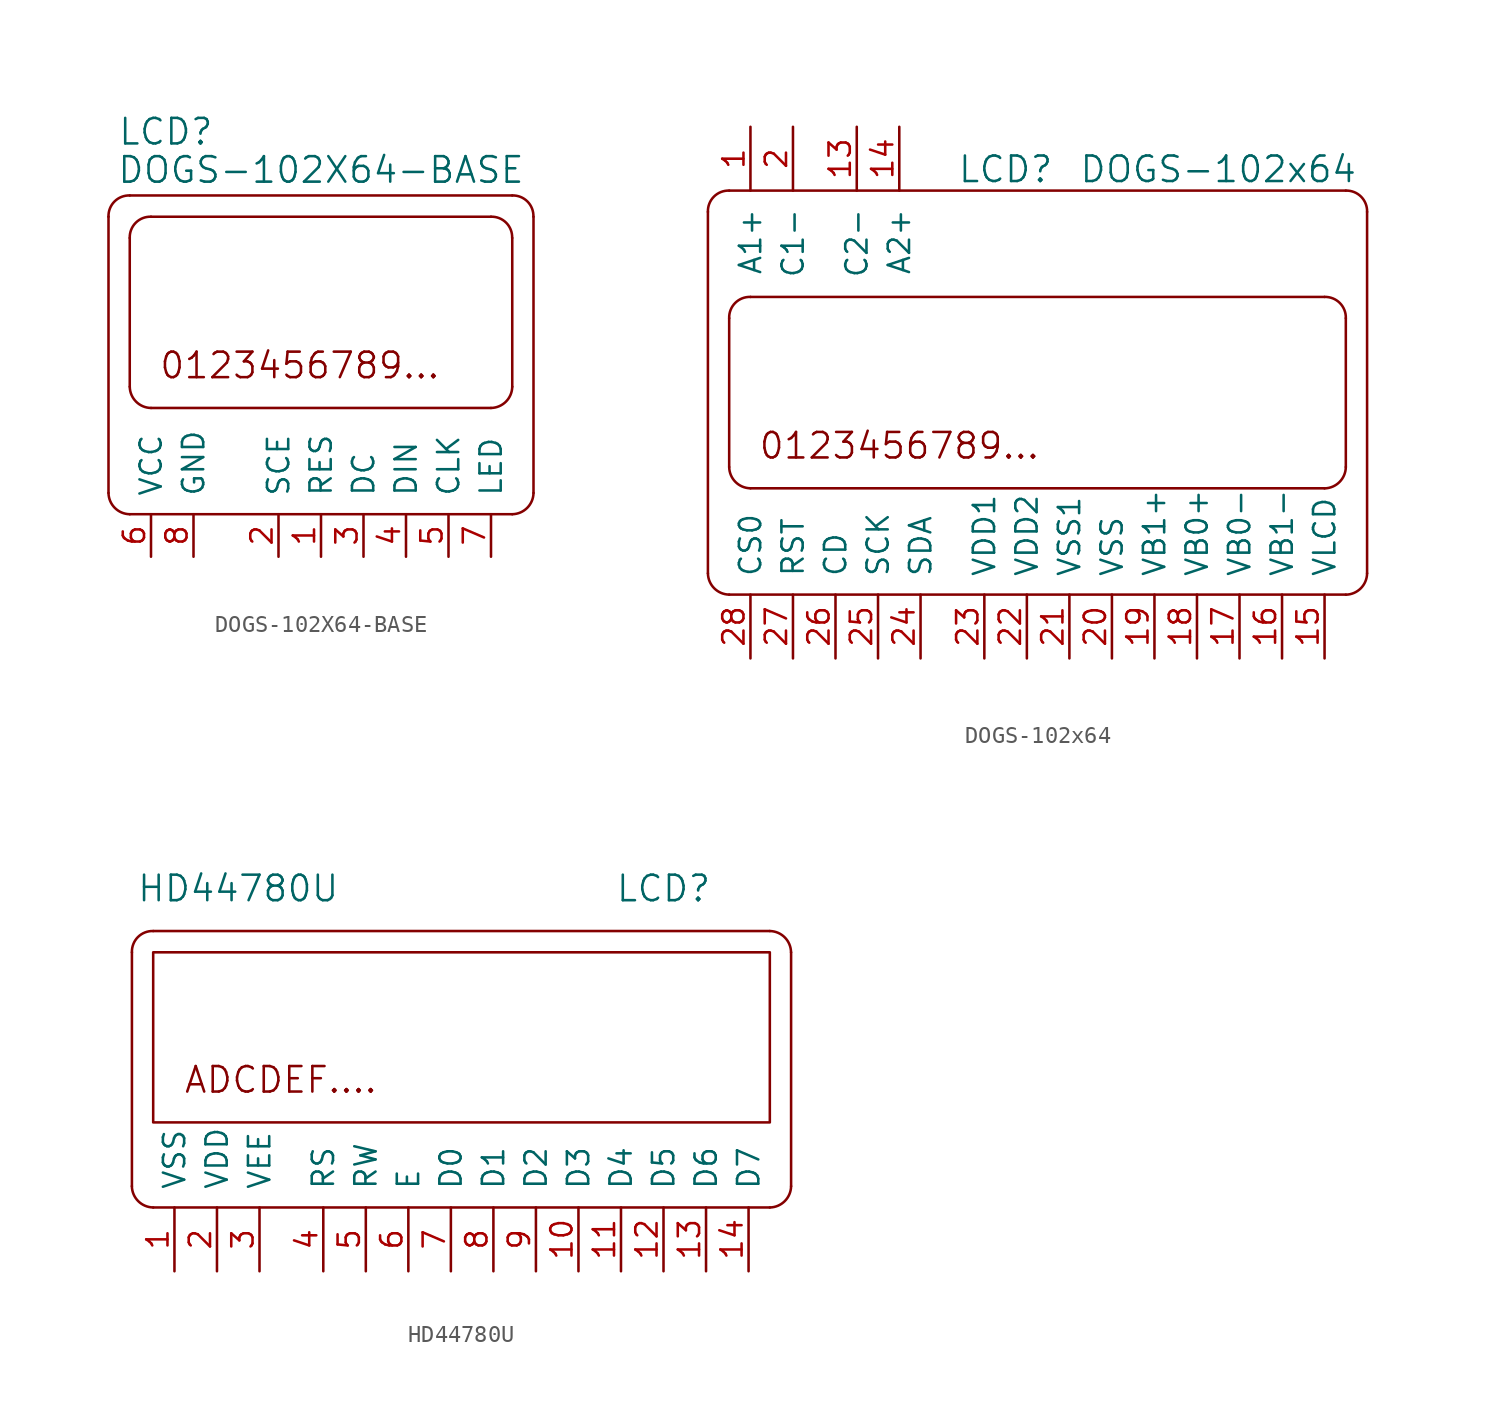
<source format=kicad_sym>
(kicad_symbol_lib
  (version 20211014)
  (generator kicad_symbol_editor)
  (symbol "DOGS-102X64-BASE"
    (pin_names
      (offset 1.016))
    (property "Reference" "LCD"
      (at -9.271 11.43 0)
      (effects (font (size 1.524 1.524))))
    (property "Value" "DOGS-102X64-BASE"
      (at 0 9.144 0)
      (effects (font (size 1.524 1.524))))
    (property "Footprint" ""
      (at 0 0 0)
      (effects (font (size 3.048 3.048))))
    (property "Datasheet" ""
      (at 0 0 0)
      (effects (font (size 3.048 3.048))))
    (symbol "DOGS-102X64-BASE_0_0"
      (text "0123456789..." (at -1.27 -2.54 0) (effects (font (size 1.524 1.524)))))
    (symbol "DOGS-102X64-BASE_0_1"
      (arc (start -12.7 -10.16) (mid -12.3227 -11.0527) (end -11.43 -11.43) (stroke (width 0) (type default) (color 0 0 0 0)) (fill (type none)))
      (arc (start -11.43 -3.81) (mid -11.0527 -4.7027) (end -10.16 -5.08) (stroke (width 0) (type default) (color 0 0 0 0)) (fill (type none)))
      (arc (start -11.43 7.62) (mid -12.3409 7.2609) (end -12.7 6.35) (stroke (width 0) (type default) (color 0 0 0 0)) (fill (type none)))
      (arc (start -10.16 6.35) (mid -11.0709 5.9909) (end -11.43 5.08) (stroke (width 0) (type default) (color 0 0 0 0)) (fill (type none)))
      (polyline (pts (xy -12.7 -10.16) (xy -12.7 6.35)) (stroke (width 0) (type default) (color 0 0 0 0)) (fill (type none)))
      (polyline (pts (xy -11.43 -11.43) (xy 11.43 -11.43)) (stroke (width 0) (type default) (color 0 0 0 0)) (fill (type none)))
      (polyline (pts (xy -11.43 5.08) (xy -11.43 -3.81)) (stroke (width 0) (type default) (color 0 0 0 0)) (fill (type none)))
      (polyline (pts (xy -11.43 7.62) (xy 11.43 7.62)) (stroke (width 0) (type default) (color 0 0 0 0)) (fill (type none)))
      (polyline (pts (xy -10.16 -5.08) (xy 10.16 -5.08)) (stroke (width 0) (type default) (color 0 0 0 0)) (fill (type none)))
      (polyline (pts (xy 10.16 6.35) (xy -10.16 6.35)) (stroke (width 0) (type default) (color 0 0 0 0)) (fill (type none)))
      (polyline (pts (xy 11.43 -3.81) (xy 11.43 5.08)) (stroke (width 0) (type default) (color 0 0 0 0)) (fill (type none)))
      (polyline (pts (xy 12.7 6.35) (xy 12.7 -10.16)) (stroke (width 0) (type default) (color 0 0 0 0)) (fill (type none)))
      (arc (start 10.16 -5.08) (mid 11.0527 -4.7027) (end 11.43 -3.81) (stroke (width 0) (type default) (color 0 0 0 0)) (fill (type none)))
      (arc (start 11.43 -11.43) (mid 12.3227 -11.0527) (end 12.7 -10.16) (stroke (width 0) (type default) (color 0 0 0 0)) (fill (type none)))
      (arc (start 11.43 5.08) (mid 11.0709 5.9909) (end 10.16 6.35) (stroke (width 0) (type default) (color 0 0 0 0)) (fill (type none)))
      (arc (start 12.7 6.35) (mid 12.3409 7.2609) (end 11.43 7.62) (stroke (width 0) (type default) (color 0 0 0 0)) (fill (type none))))
    (symbol "DOGS-102X64-BASE_1_1"
      (pin input line (at 0 -13.97 90) (length 2.54) (name "RES" (effects (font (size 1.27 1.27)))) (number "1" (effects (font (size 1.27 1.27)))))
      (pin input line (at -2.54 -13.97 90) (length 2.54) (name "SCE" (effects (font (size 1.27 1.27)))) (number "2" (effects (font (size 1.27 1.27)))))
      (pin input line (at 2.54 -13.97 90) (length 2.54) (name "DC" (effects (font (size 1.27 1.27)))) (number "3" (effects (font (size 1.27 1.27)))))
      (pin input line (at 5.08 -13.97 90) (length 2.54) (name "DIN" (effects (font (size 1.27 1.27)))) (number "4" (effects (font (size 1.27 1.27)))))
      (pin input line (at 7.62 -13.97 90) (length 2.54) (name "CLK" (effects (font (size 1.27 1.27)))) (number "5" (effects (font (size 1.27 1.27)))))
      (pin input line (at -10.16 -13.97 90) (length 2.54) (name "VCC" (effects (font (size 1.27 1.27)))) (number "6" (effects (font (size 1.27 1.27)))))
      (pin input line (at 10.16 -13.97 90) (length 2.54) (name "LED" (effects (font (size 1.27 1.27)))) (number "7" (effects (font (size 1.27 1.27)))))
      (pin input line (at -7.62 -13.97 90) (length 2.54) (name "GND" (effects (font (size 1.27 1.27)))) (number "8" (effects (font (size 1.27 1.27)))))))
  (symbol "DOGS-102x64"
    (pin_names
      (offset 1.016))
    (property "Reference" "LCD"
      (at -2.54 12.7 0)
      (effects (font (size 1.524 1.524))))
    (property "Value" "DOGS-102x64"
      (at 10.16 12.7 0)
      (effects (font (size 1.524 1.524))))
    (property "Footprint" ""
      (at -7.62 -1.27 0)
      (effects (font (size 1.524 1.524))))
    (property "Datasheet" ""
      (at -7.62 -1.27 0)
      (effects (font (size 1.524 1.524))))
    (symbol "DOGS-102x64_0_0"
      (text "0123456789..." (at -8.89 -3.81 0) (effects (font (size 1.524 1.524)))))
    (symbol "DOGS-102x64_0_1"
      (arc (start -20.32 -11.43) (mid -19.9427 -12.3227) (end -19.05 -12.7) (stroke (width 0) (type default) (color 0 0 0 0)) (fill (type none)))
      (arc (start -19.05 -5.08) (mid -18.6727 -5.9727) (end -17.78 -6.35) (stroke (width 0) (type default) (color 0 0 0 0)) (fill (type none)))
      (arc (start -19.05 11.43) (mid -19.9609 11.0709) (end -20.32 10.16) (stroke (width 0) (type default) (color 0 0 0 0)) (fill (type none)))
      (arc (start -17.78 5.08) (mid -18.6909 4.7209) (end -19.05 3.81) (stroke (width 0) (type default) (color 0 0 0 0)) (fill (type none)))
      (polyline (pts (xy -20.32 -11.43) (xy -20.32 10.16)) (stroke (width 0) (type default) (color 0 0 0 0)) (fill (type none)))
      (polyline (pts (xy -19.05 3.81) (xy -19.05 -5.08)) (stroke (width 0) (type default) (color 0 0 0 0)) (fill (type background)))
      (polyline (pts (xy -19.05 11.43) (xy 17.78 11.43)) (stroke (width 0) (type default) (color 0 0 0 0)) (fill (type none)))
      (polyline (pts (xy 16.51 -6.35) (xy -17.78 -6.35)) (stroke (width 0) (type default) (color 0 0 0 0)) (fill (type none)))
      (polyline (pts (xy 16.51 5.08) (xy -17.78 5.08)) (stroke (width 0) (type default) (color 0 0 0 0)) (fill (type background)))
      (polyline (pts (xy 17.78 -12.7) (xy -19.05 -12.7)) (stroke (width 0) (type default) (color 0 0 0 0)) (fill (type none)))
      (polyline (pts (xy 17.78 -5.08) (xy 17.78 3.81)) (stroke (width 0) (type default) (color 0 0 0 0)) (fill (type background)))
      (polyline (pts (xy 19.05 10.16) (xy 19.05 -11.43)) (stroke (width 0) (type default) (color 0 0 0 0)) (fill (type none)))
      (arc (start 16.51 -6.35) (mid 17.4027 -5.9727) (end 17.78 -5.08) (stroke (width 0) (type default) (color 0 0 0 0)) (fill (type none)))
      (arc (start 17.78 -12.7) (mid 18.6727 -12.3227) (end 19.05 -11.43) (stroke (width 0) (type default) (color 0 0 0 0)) (fill (type none)))
      (arc (start 17.78 3.81) (mid 17.4209 4.7209) (end 16.51 5.08) (stroke (width 0) (type default) (color 0 0 0 0)) (fill (type none)))
      (arc (start 19.05 10.16) (mid 18.6909 11.0709) (end 17.78 11.43) (stroke (width 0) (type default) (color 0 0 0 0)) (fill (type none))))
    (symbol "DOGS-102x64_1_1"
      (pin input line (at -17.78 15.24 270) (length 3.81) (name "A1+" (effects (font (size 1.27 1.27)))) (number "1" (effects (font (size 1.27 1.27)))))
      (pin input line (at -11.43 15.24 270) (length 3.81) (name "C2-" (effects (font (size 1.27 1.27)))) (number "13" (effects (font (size 1.27 1.27)))))
      (pin input line (at -8.89 15.24 270) (length 3.81) (name "A2+" (effects (font (size 1.27 1.27)))) (number "14" (effects (font (size 1.27 1.27)))))
      (pin input line (at 16.51 -16.51 90) (length 3.81) (name "VLCD" (effects (font (size 1.27 1.27)))) (number "15" (effects (font (size 1.27 1.27)))))
      (pin input line (at 13.97 -16.51 90) (length 3.81) (name "VB1-" (effects (font (size 1.27 1.27)))) (number "16" (effects (font (size 1.27 1.27)))))
      (pin input line (at 11.43 -16.51 90) (length 3.81) (name "VB0-" (effects (font (size 1.27 1.27)))) (number "17" (effects (font (size 1.27 1.27)))))
      (pin input line (at 8.89 -16.51 90) (length 3.81) (name "VB0+" (effects (font (size 1.27 1.27)))) (number "18" (effects (font (size 1.27 1.27)))))
      (pin input line (at 6.35 -16.51 90) (length 3.81) (name "VB1+" (effects (font (size 1.27 1.27)))) (number "19" (effects (font (size 1.27 1.27)))))
      (pin input line (at -15.24 15.24 270) (length 3.81) (name "C1-" (effects (font (size 1.27 1.27)))) (number "2" (effects (font (size 1.27 1.27)))))
      (pin input line (at 3.81 -16.51 90) (length 3.81) (name "VSS" (effects (font (size 1.27 1.27)))) (number "20" (effects (font (size 1.27 1.27)))))
      (pin input line (at 1.27 -16.51 90) (length 3.81) (name "VSS1" (effects (font (size 1.27 1.27)))) (number "21" (effects (font (size 1.27 1.27)))))
      (pin input line (at -1.27 -16.51 90) (length 3.81) (name "VDD2" (effects (font (size 1.27 1.27)))) (number "22" (effects (font (size 1.27 1.27)))))
      (pin input line (at -3.81 -16.51 90) (length 3.81) (name "VDD1" (effects (font (size 1.27 1.27)))) (number "23" (effects (font (size 1.27 1.27)))))
      (pin input line (at -7.62 -16.51 90) (length 3.81) (name "SDA" (effects (font (size 1.27 1.27)))) (number "24" (effects (font (size 1.27 1.27)))))
      (pin input line (at -10.16 -16.51 90) (length 3.81) (name "SCK" (effects (font (size 1.27 1.27)))) (number "25" (effects (font (size 1.27 1.27)))))
      (pin input line (at -12.7 -16.51 90) (length 3.81) (name "CD" (effects (font (size 1.27 1.27)))) (number "26" (effects (font (size 1.27 1.27)))))
      (pin input line (at -15.24 -16.51 90) (length 3.81) (name "RST" (effects (font (size 1.27 1.27)))) (number "27" (effects (font (size 1.27 1.27)))))
      (pin input line (at -17.78 -16.51 90) (length 3.81) (name "CS0" (effects (font (size 1.27 1.27)))) (number "28" (effects (font (size 1.27 1.27)))))))
  (symbol "HD44780U"
    (pin_names
      (offset 1.016))
    (property "Reference" "LCD"
      (at 12.7 8.89 0)
      (effects (font (size 1.524 1.524))))
    (property "Value" "HD44780U"
      (at -12.7 8.89 0)
      (effects (font (size 1.524 1.524))))
    (property "Footprint" ""
      (at 3.81 -7.62 0)
      (effects (font (size 1.524 1.524))))
    (property "Datasheet" ""
      (at 3.81 -7.62 0)
      (effects (font (size 1.524 1.524))))
    (symbol "HD44780U_0_0"
      (text "ADCDEF...." (at -10.16 -2.54 0) (effects (font (size 1.524 1.524)))))
    (symbol "HD44780U_0_1"
      (arc (start -19.05 -8.89) (mid -18.6727 -9.7827) (end -17.78 -10.16) (stroke (width 0) (type default) (color 0 0 0 0)) (fill (type none)))
      (rectangle (start -17.78 5.08) (end 19.05 -5.08) (stroke (width 0) (type default) (color 0 0 0 0)) (fill (type none)))
      (arc (start -17.78 6.35) (mid -18.6909 5.9909) (end -19.05 5.08) (stroke (width 0) (type default) (color 0 0 0 0)) (fill (type none)))
      (polyline (pts (xy -19.05 5.08) (xy -19.05 -8.89)) (stroke (width 0) (type default) (color 0 0 0 0)) (fill (type none)))
      (polyline (pts (xy -17.78 -10.16) (xy 19.05 -10.16)) (stroke (width 0) (type default) (color 0 0 0 0)) (fill (type none)))
      (polyline (pts (xy -17.78 6.35) (xy 19.05 6.35)) (stroke (width 0) (type default) (color 0 0 0 0)) (fill (type none)))
      (polyline (pts (xy 20.32 5.08) (xy 20.32 -8.89)) (stroke (width 0) (type default) (color 0 0 0 0)) (fill (type none)))
      (arc (start 19.05 -10.16) (mid 19.9427 -9.7827) (end 20.32 -8.89) (stroke (width 0) (type default) (color 0 0 0 0)) (fill (type none)))
      (arc (start 20.32 5.08) (mid 19.9427 5.9727) (end 19.05 6.35) (stroke (width 0) (type default) (color 0 0 0 0)) (fill (type none))))
    (symbol "HD44780U_1_1"
      (pin input line (at -16.51 -13.97 90) (length 3.81) (name "VSS" (effects (font (size 1.27 1.27)))) (number "1" (effects (font (size 1.27 1.27)))))
      (pin input line (at 7.62 -13.97 90) (length 3.81) (name "D3" (effects (font (size 1.27 1.27)))) (number "10" (effects (font (size 1.27 1.27)))))
      (pin input line (at 10.16 -13.97 90) (length 3.81) (name "D4" (effects (font (size 1.27 1.27)))) (number "11" (effects (font (size 1.27 1.27)))))
      (pin input line (at 12.7 -13.97 90) (length 3.81) (name "D5" (effects (font (size 1.27 1.27)))) (number "12" (effects (font (size 1.27 1.27)))))
      (pin input line (at 15.24 -13.97 90) (length 3.81) (name "D6" (effects (font (size 1.27 1.27)))) (number "13" (effects (font (size 1.27 1.27)))))
      (pin input line (at 17.78 -13.97 90) (length 3.81) (name "D7" (effects (font (size 1.27 1.27)))) (number "14" (effects (font (size 1.27 1.27)))))
      (pin input line (at -13.97 -13.97 90) (length 3.81) (name "VDD" (effects (font (size 1.27 1.27)))) (number "2" (effects (font (size 1.27 1.27)))))
      (pin input line (at -11.43 -13.97 90) (length 3.81) (name "VEE" (effects (font (size 1.27 1.27)))) (number "3" (effects (font (size 1.27 1.27)))))
      (pin input line (at -7.62 -13.97 90) (length 3.81) (name "RS" (effects (font (size 1.27 1.27)))) (number "4" (effects (font (size 1.27 1.27)))))
      (pin input line (at -5.08 -13.97 90) (length 3.81) (name "RW" (effects (font (size 1.27 1.27)))) (number "5" (effects (font (size 1.27 1.27)))))
      (pin input line (at -2.54 -13.97 90) (length 3.81) (name "E" (effects (font (size 1.27 1.27)))) (number "6" (effects (font (size 1.27 1.27)))))
      (pin input line (at 0 -13.97 90) (length 3.81) (name "D0" (effects (font (size 1.27 1.27)))) (number "7" (effects (font (size 1.27 1.27)))))
      (pin input line (at 2.54 -13.97 90) (length 3.81) (name "D1" (effects (font (size 1.27 1.27)))) (number "8" (effects (font (size 1.27 1.27)))))
      (pin input line (at 5.08 -13.97 90) (length 3.81) (name "D2" (effects (font (size 1.27 1.27)))) (number "9" (effects (font (size 1.27 1.27))))))))
</source>
